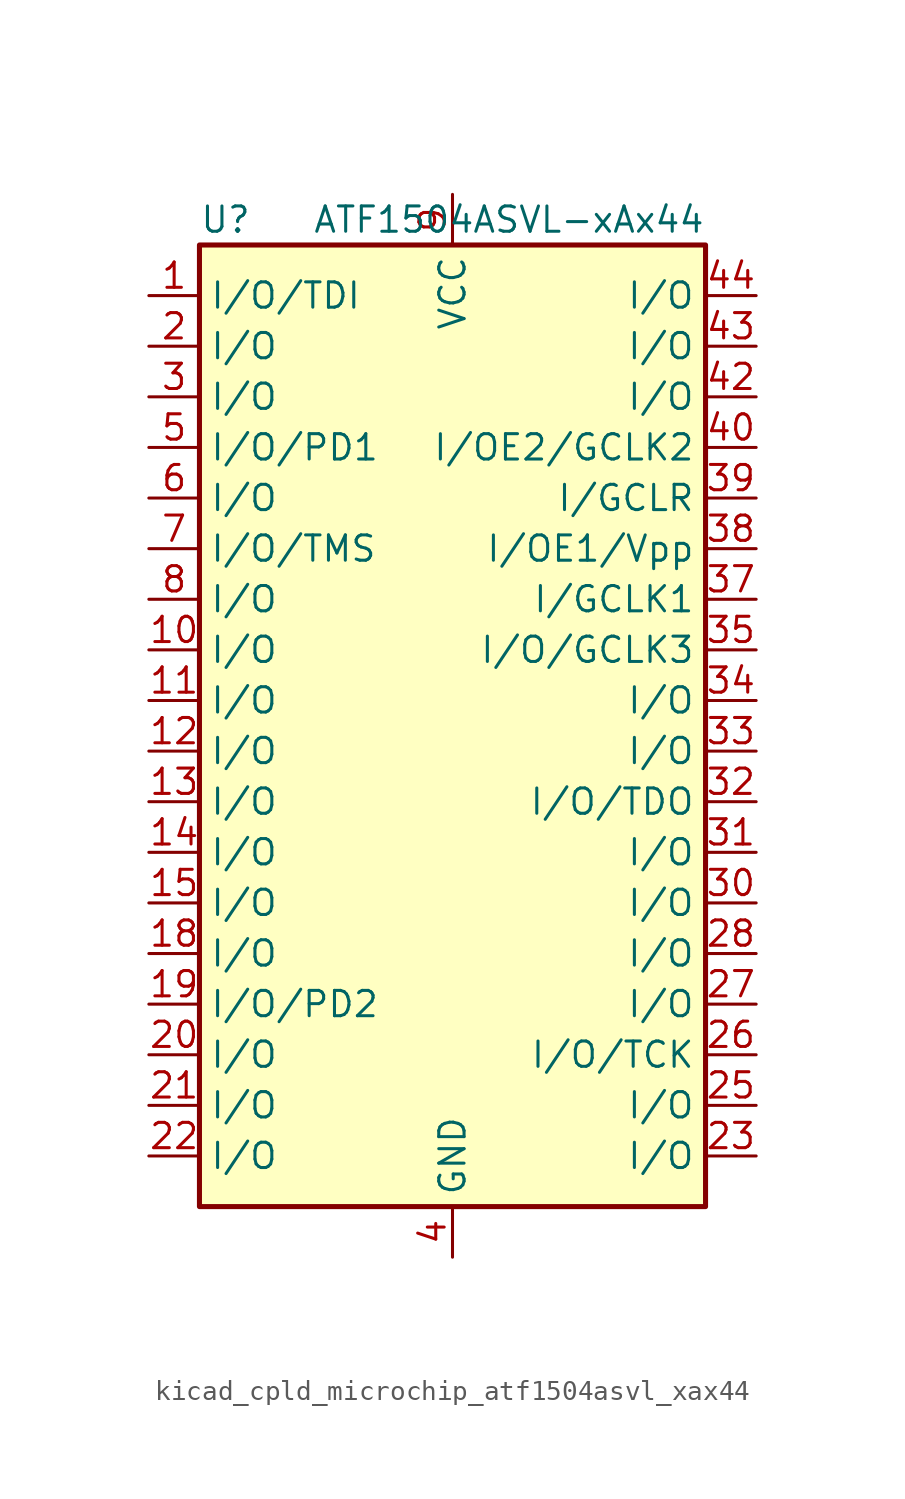
<source format=kicad_sym>
(kicad_symbol_lib
  (version 20220914)
  (generator kicad_symbol_editor)
  (symbol "kicad_cpld_microchip_atf1504asvl_xax44"
    (property "Reference" "U"
      (at -12.7 24.13 0)
      (effects (font (size 1.27 1.27)) (justify left)))
    (property "Value" "ATF1504ASVL-xAx44"
      (at 12.7 24.13 0)
      (effects (font (size 1.27 1.27)) (justify right)))
    (symbol "kicad_cpld_microchip_atf1504asvl_xax44_0_1"
      (rectangle (start -12.7 22.86) (end 12.7 -25.4) (stroke (width 0.254) (type default)) (fill (type background))))
    (symbol "kicad_cpld_microchip_atf1504asvl_xax44_1_1"
      (pin bidirectional line (at -15.24 20.32 0) (length 2.54) (name "I/O/TDI" (effects (font (size 1.27 1.27)))) (number "1" (effects (font (size 1.27 1.27)))))
      (pin bidirectional line (at -15.24 2.54 0) (length 2.54) (name "I/O" (effects (font (size 1.27 1.27)))) (number "10" (effects (font (size 1.27 1.27)))))
      (pin bidirectional line (at -15.24 0 0) (length 2.54) (name "I/O" (effects (font (size 1.27 1.27)))) (number "11" (effects (font (size 1.27 1.27)))))
      (pin bidirectional line (at -15.24 -2.54 0) (length 2.54) (name "I/O" (effects (font (size 1.27 1.27)))) (number "12" (effects (font (size 1.27 1.27)))))
      (pin bidirectional line (at -15.24 -5.08 0) (length 2.54) (name "I/O" (effects (font (size 1.27 1.27)))) (number "13" (effects (font (size 1.27 1.27)))))
      (pin bidirectional line (at -15.24 -7.62 0) (length 2.54) (name "I/O" (effects (font (size 1.27 1.27)))) (number "14" (effects (font (size 1.27 1.27)))))
      (pin bidirectional line (at -15.24 -10.16 0) (length 2.54) (name "I/O" (effects (font (size 1.27 1.27)))) (number "15" (effects (font (size 1.27 1.27)))))
      (pin passive line (at 0 -27.94 90) (length 2.54) hide (name "GND" (effects (font (size 1.27 1.27)))) (number "16" (effects (font (size 1.27 1.27)))))
      (pin passive line (at 0 25.4 270) (length 2.54) hide (name "VCC" (effects (font (size 1.27 1.27)))) (number "17" (effects (font (size 1.27 1.27)))))
      (pin bidirectional line (at -15.24 -12.7 0) (length 2.54) (name "I/O" (effects (font (size 1.27 1.27)))) (number "18" (effects (font (size 1.27 1.27)))))
      (pin bidirectional line (at -15.24 -15.24 0) (length 2.54) (name "I/O/PD2" (effects (font (size 1.27 1.27)))) (number "19" (effects (font (size 1.27 1.27)))))
      (pin bidirectional line (at -15.24 17.78 0) (length 2.54) (name "I/O" (effects (font (size 1.27 1.27)))) (number "2" (effects (font (size 1.27 1.27)))))
      (pin bidirectional line (at -15.24 -17.78 0) (length 2.54) (name "I/O" (effects (font (size 1.27 1.27)))) (number "20" (effects (font (size 1.27 1.27)))))
      (pin bidirectional line (at -15.24 -20.32 0) (length 2.54) (name "I/O" (effects (font (size 1.27 1.27)))) (number "21" (effects (font (size 1.27 1.27)))))
      (pin bidirectional line (at -15.24 -22.86 0) (length 2.54) (name "I/O" (effects (font (size 1.27 1.27)))) (number "22" (effects (font (size 1.27 1.27)))))
      (pin bidirectional line (at 15.24 -22.86 180) (length 2.54) (name "I/O" (effects (font (size 1.27 1.27)))) (number "23" (effects (font (size 1.27 1.27)))))
      (pin passive line (at 0 -27.94 90) (length 2.54) hide (name "GND" (effects (font (size 1.27 1.27)))) (number "24" (effects (font (size 1.27 1.27)))))
      (pin bidirectional line (at 15.24 -20.32 180) (length 2.54) (name "I/O" (effects (font (size 1.27 1.27)))) (number "25" (effects (font (size 1.27 1.27)))))
      (pin bidirectional line (at 15.24 -17.78 180) (length 2.54) (name "I/O/TCK" (effects (font (size 1.27 1.27)))) (number "26" (effects (font (size 1.27 1.27)))))
      (pin bidirectional line (at 15.24 -15.24 180) (length 2.54) (name "I/O" (effects (font (size 1.27 1.27)))) (number "27" (effects (font (size 1.27 1.27)))))
      (pin bidirectional line (at 15.24 -12.7 180) (length 2.54) (name "I/O" (effects (font (size 1.27 1.27)))) (number "28" (effects (font (size 1.27 1.27)))))
      (pin passive line (at 0 25.4 270) (length 2.54) hide (name "VCC" (effects (font (size 1.27 1.27)))) (number "29" (effects (font (size 1.27 1.27)))))
      (pin bidirectional line (at -15.24 15.24 0) (length 2.54) (name "I/O" (effects (font (size 1.27 1.27)))) (number "3" (effects (font (size 1.27 1.27)))))
      (pin bidirectional line (at 15.24 -10.16 180) (length 2.54) (name "I/O" (effects (font (size 1.27 1.27)))) (number "30" (effects (font (size 1.27 1.27)))))
      (pin bidirectional line (at 15.24 -7.62 180) (length 2.54) (name "I/O" (effects (font (size 1.27 1.27)))) (number "31" (effects (font (size 1.27 1.27)))))
      (pin bidirectional line (at 15.24 -5.08 180) (length 2.54) (name "I/O/TDO" (effects (font (size 1.27 1.27)))) (number "32" (effects (font (size 1.27 1.27)))))
      (pin bidirectional line (at 15.24 -2.54 180) (length 2.54) (name "I/O" (effects (font (size 1.27 1.27)))) (number "33" (effects (font (size 1.27 1.27)))))
      (pin bidirectional line (at 15.24 0 180) (length 2.54) (name "I/O" (effects (font (size 1.27 1.27)))) (number "34" (effects (font (size 1.27 1.27)))))
      (pin bidirectional line (at 15.24 2.54 180) (length 2.54) (name "I/O/GCLK3" (effects (font (size 1.27 1.27)))) (number "35" (effects (font (size 1.27 1.27)))))
      (pin passive line (at 0 -27.94 90) (length 2.54) hide (name "GND" (effects (font (size 1.27 1.27)))) (number "36" (effects (font (size 1.27 1.27)))))
      (pin input line (at 15.24 5.08 180) (length 2.54) (name "I/GCLK1" (effects (font (size 1.27 1.27)))) (number "37" (effects (font (size 1.27 1.27)))))
      (pin input line (at 15.24 7.62 180) (length 2.54) (name "I/OE1/Vpp" (effects (font (size 1.27 1.27)))) (number "38" (effects (font (size 1.27 1.27)))))
      (pin input line (at 15.24 10.16 180) (length 2.54) (name "I/GCLR" (effects (font (size 1.27 1.27)))) (number "39" (effects (font (size 1.27 1.27)))))
      (pin power_in line (at 0 -27.94 90) (length 2.54) (name "GND" (effects (font (size 1.27 1.27)))) (number "4" (effects (font (size 1.27 1.27)))))
      (pin input line (at 15.24 12.7 180) (length 2.54) (name "I/OE2/GCLK2" (effects (font (size 1.27 1.27)))) (number "40" (effects (font (size 1.27 1.27)))))
      (pin passive line (at 0 25.4 270) (length 2.54) hide (name "VCC" (effects (font (size 1.27 1.27)))) (number "41" (effects (font (size 1.27 1.27)))))
      (pin bidirectional line (at 15.24 15.24 180) (length 2.54) (name "I/O" (effects (font (size 1.27 1.27)))) (number "42" (effects (font (size 1.27 1.27)))))
      (pin bidirectional line (at 15.24 17.78 180) (length 2.54) (name "I/O" (effects (font (size 1.27 1.27)))) (number "43" (effects (font (size 1.27 1.27)))))
      (pin bidirectional line (at 15.24 20.32 180) (length 2.54) (name "I/O" (effects (font (size 1.27 1.27)))) (number "44" (effects (font (size 1.27 1.27)))))
      (pin bidirectional line (at -15.24 12.7 0) (length 2.54) (name "I/O/PD1" (effects (font (size 1.27 1.27)))) (number "5" (effects (font (size 1.27 1.27)))))
      (pin bidirectional line (at -15.24 10.16 0) (length 2.54) (name "I/O" (effects (font (size 1.27 1.27)))) (number "6" (effects (font (size 1.27 1.27)))))
      (pin bidirectional line (at -15.24 7.62 0) (length 2.54) (name "I/O/TMS" (effects (font (size 1.27 1.27)))) (number "7" (effects (font (size 1.27 1.27)))))
      (pin bidirectional line (at -15.24 5.08 0) (length 2.54) (name "I/O" (effects (font (size 1.27 1.27)))) (number "8" (effects (font (size 1.27 1.27)))))
      (pin power_in line (at 0 25.4 270) (length 2.54) (name "VCC" (effects (font (size 1.27 1.27)))) (number "9" (effects (font (size 1.27 1.27))))))))
</source>
